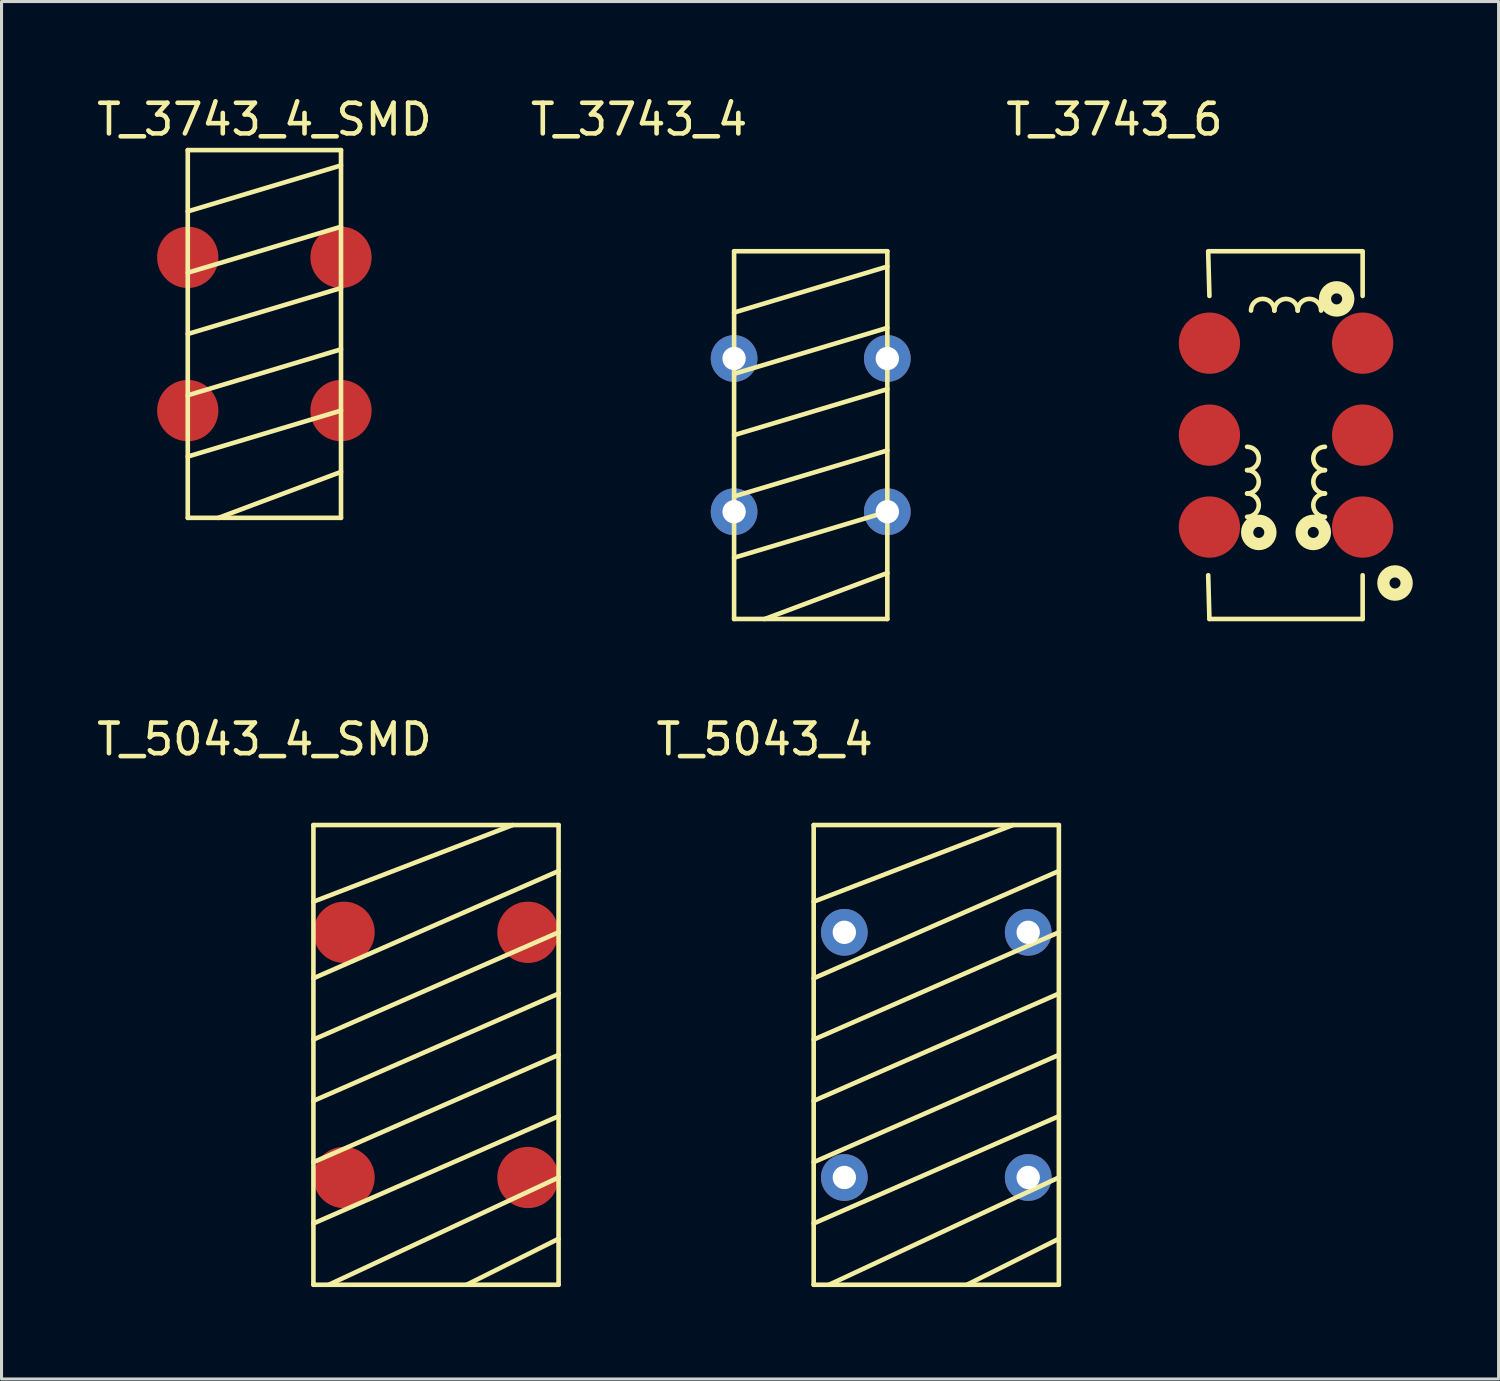
<source format=kicad_pcb>
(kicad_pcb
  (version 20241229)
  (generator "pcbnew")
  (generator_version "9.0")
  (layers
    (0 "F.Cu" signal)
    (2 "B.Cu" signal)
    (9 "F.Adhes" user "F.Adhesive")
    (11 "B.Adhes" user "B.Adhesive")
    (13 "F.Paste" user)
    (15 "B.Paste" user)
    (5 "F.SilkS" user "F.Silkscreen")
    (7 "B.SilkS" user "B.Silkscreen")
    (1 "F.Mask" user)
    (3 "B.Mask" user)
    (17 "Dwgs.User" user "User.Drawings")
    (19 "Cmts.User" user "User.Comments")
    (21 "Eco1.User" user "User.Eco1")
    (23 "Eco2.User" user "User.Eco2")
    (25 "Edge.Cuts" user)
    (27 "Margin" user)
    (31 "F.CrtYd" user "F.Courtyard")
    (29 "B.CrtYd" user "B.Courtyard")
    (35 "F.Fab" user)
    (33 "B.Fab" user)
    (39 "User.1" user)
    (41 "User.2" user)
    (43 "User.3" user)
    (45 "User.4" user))
  (footprint "T_5043_4_SMD"
    (layer "F.Cu")
    (at 11.177 31.372)
    (property "Reference" "T_5043_4_SMD" (at -5.6 -10.3 0) (layer "F.SilkS") (effects (font (size 1 1) (thickness 0.15))))
    (attr through_hole)
    (fp_line (start -4 -7.5) (end -4 7.5) (stroke (width 0.15) (type solid)) (layer "F.SilkS"))
    (fp_line (start -4 -5) (end 2.5 -7.5) (stroke (width 0.15) (type solid)) (layer "F.SilkS"))
    (fp_line (start -4 -2.5) (end 4 -6) (stroke (width 0.15) (type solid)) (layer "F.SilkS"))
    (fp_line (start -4 -0.5) (end 4 -4) (stroke (width 0.15) (type solid)) (layer "F.SilkS"))
    (fp_line (start -4 1.5) (end 4 -2) (stroke (width 0.15) (type solid)) (layer "F.SilkS"))
    (fp_line (start -4 3.5) (end 4 0) (stroke (width 0.15) (type solid)) (layer "F.SilkS"))
    (fp_line (start -4 5.5) (end 4 2) (stroke (width 0.15) (type solid)) (layer "F.SilkS"))
    (fp_line (start -4 7.5) (end 4 7.5) (stroke (width 0.15) (type solid)) (layer "F.SilkS"))
    (fp_line (start 4 -7.5) (end -4 -7.5) (stroke (width 0.15) (type solid)) (layer "F.SilkS"))
    (fp_line (start 4 4) (end -3.5 7.5) (stroke (width 0.15) (type solid)) (layer "F.SilkS"))
    (fp_line (start 4 6) (end 1 7.5) (stroke (width 0.15) (type solid)) (layer "F.SilkS"))
    (fp_line (start 4 7.5) (end 4 -7.5) (stroke (width 0.15) (type solid)) (layer "F.SilkS"))
    (pad "1" smd circle (at 3 4) (size 2 2) (layers "F.Cu" "F.Mask" "F.Paste"))
    (pad "2" smd circle (at -3 4) (size 2 2) (layers "F.Cu" "F.Mask" "F.Paste"))
    (pad "3" smd circle (at 3 -4) (size 2 2) (layers "F.Cu" "F.Mask" "F.Paste"))
    (pad "4" smd circle (at -3 -4) (size 2 2) (layers "F.Cu" "F.Mask" "F.Paste")))
  (footprint "T_3743_6"
    (layer "F.Cu")
    (at 38.914 11.148)
    (property "Reference" "T_3743_6" (at -5.6 -10.3 0) (layer "F.SilkS") (effects (font (size 1 1) (thickness 0.15))))
    (attr through_hole)
    (fp_line (start -2.54 -5.969) (end -2.5 -4.541) (stroke (width 0.15) (type solid)) (layer "F.SilkS"))
    (fp_line (start -2.54 4.572) (end -2.5 6) (stroke (width 0.15) (type solid)) (layer "F.SilkS"))
    (fp_line (start -2.5 6) (end 2.5 6) (stroke (width 0.15) (type solid)) (layer "F.SilkS"))
    (fp_line (start 2.5 -6) (end -2.54 -6) (stroke (width 0.15) (type solid)) (layer "F.SilkS"))
    (fp_line (start 2.5 -4.541) (end 2.5 -5.969) (stroke (width 0.15) (type solid)) (layer "F.SilkS"))
    (fp_line (start 2.5 6) (end 2.5 4.572) (stroke (width 0.15) (type solid)) (layer "F.SilkS"))
    (fp_arc (start -1.27 0.381) (mid -0.889 0.762) (end -1.27 1.143) (stroke (width 0.15) (type solid)) (layer "F.SilkS"))
    (fp_arc (start -1.27 1.143) (mid -0.889 1.524) (end -1.27 1.905) (stroke (width 0.15) (type solid)) (layer "F.SilkS"))
    (fp_arc (start -1.27 1.905) (mid -0.889 2.286) (end -1.27 2.667) (stroke (width 0.15) (type solid)) (layer "F.SilkS"))
    (fp_arc (start -1.143 -4.064) (mid -0.762 -4.445) (end -0.381 -4.064) (stroke (width 0.15) (type solid)) (layer "F.SilkS"))
    (fp_arc (start -0.381 -4.064) (mid 0 -4.445) (end 0.381 -4.064) (stroke (width 0.15) (type solid)) (layer "F.SilkS"))
    (fp_arc (start 0.381 -4.064) (mid 0.762 -4.445) (end 1.143 -4.064) (stroke (width 0.15) (type solid)) (layer "F.SilkS"))
    (fp_arc (start 1.27 1.143) (mid 0.889 0.762) (end 1.27 0.381) (stroke (width 0.15) (type solid)) (layer "F.SilkS"))
    (fp_arc (start 1.27 1.905) (mid 0.889 1.524) (end 1.27 1.143) (stroke (width 0.15) (type solid)) (layer "F.SilkS"))
    (fp_arc (start 1.27 2.667) (mid 0.889 2.286) (end 1.27 1.905) (stroke (width 0.15) (type solid)) (layer "F.SilkS"))
    (fp_circle (center -0.889 3.175) (end -1.069 3.175) (stroke (width 0.4) (type solid)) (fill no) (layer "F.SilkS"))
    (fp_circle (center 0.889 3.175) (end 1.069 3.175) (stroke (width 0.4) (type solid)) (fill no) (layer "F.SilkS"))
    (fp_circle (center 1.651 -4.445) (end 1.651 -4.265) (stroke (width 0.4) (type solid)) (fill no) (layer "F.SilkS"))
    (fp_circle (center 3.556 4.826) (end 3.736 4.826) (stroke (width 0.4) (type solid)) (fill no) (layer "F.SilkS"))
    (pad "1" smd circle (at 2.5 3) (size 2 2) (layers "F.Cu" "F.Mask" "F.Paste"))
    (pad "2" smd circle (at 2.5 0) (size 2 2) (layers "F.Cu" "F.Mask" "F.Paste"))
    (pad "3" smd circle (at -2.5 3) (size 2 2) (layers "F.Cu" "F.Mask" "F.Paste"))
    (pad "4" smd circle (at -2.5 0) (size 2 2) (layers "F.Cu" "F.Mask" "F.Paste"))
    (pad "5" smd circle (at 2.5 -3) (size 2 2) (layers "F.Cu" "F.Mask" "F.Paste"))
    (pad "6" smd circle (at -2.5 -3) (size 2 2) (layers "F.Cu" "F.Mask" "F.Paste")))
  (footprint "T_3743_4"
    (layer "F.Cu")
    (at 23.404 11.148)
    (property "Reference" "T_3743_4" (at -5.6 -10.3 0) (layer "F.SilkS") (effects (font (size 1 1) (thickness 0.15))))
    (attr through_hole)
    (fp_line (start -2.5 -6) (end -2.5 6) (stroke (width 0.15) (type solid)) (layer "F.SilkS"))
    (fp_line (start -2.5 -4) (end 2.5 -5.5) (stroke (width 0.15) (type solid)) (layer "F.SilkS"))
    (fp_line (start -2.5 -2) (end 2.5 -3.5) (stroke (width 0.15) (type solid)) (layer "F.SilkS"))
    (fp_line (start -2.5 0) (end 2.5 -1.5) (stroke (width 0.15) (type solid)) (layer "F.SilkS"))
    (fp_line (start -2.5 2) (end 2.5 0.5) (stroke (width 0.15) (type solid)) (layer "F.SilkS"))
    (fp_line (start -2.5 4) (end 2.5 2.5) (stroke (width 0.15) (type solid)) (layer "F.SilkS"))
    (fp_line (start -2.5 6) (end 2.5 6) (stroke (width 0.15) (type solid)) (layer "F.SilkS"))
    (fp_line (start 2.5 -6) (end -2.5 -6) (stroke (width 0.15) (type solid)) (layer "F.SilkS"))
    (fp_line (start 2.5 4.5) (end -1.5 6) (stroke (width 0.15) (type solid)) (layer "F.SilkS"))
    (fp_line (start 2.5 6) (end 2.5 -6) (stroke (width 0.15) (type solid)) (layer "F.SilkS"))
    (pad "1" thru_hole circle (at 2.5 2.5) (size 1.524 1.524) (drill 0.762) (layers "*.Cu" "*.Mask"))
    (pad "2" thru_hole circle (at -2.5 2.5) (size 1.524 1.524) (drill 0.762) (layers "*.Cu" "*.Mask"))
    (pad "3" thru_hole circle (at 2.5 -2.5) (size 1.524 1.524) (drill 0.762) (layers "*.Cu" "*.Mask"))
    (pad "4" thru_hole circle (at -2.5 -2.5) (size 1.524 1.524) (drill 0.762) (layers "*.Cu" "*.Mask")))
  (footprint "T_5043_4"
    (layer "F.Cu")
    (at 27.501 31.372)
    (property "Reference" "T_5043_4" (at -5.6 -10.3 0) (layer "F.SilkS") (effects (font (size 1 1) (thickness 0.15))))
    (attr through_hole)
    (fp_line (start -4 -7.5) (end -4 7.5) (stroke (width 0.15) (type solid)) (layer "F.SilkS"))
    (fp_line (start -4 -5) (end 2.5 -7.5) (stroke (width 0.15) (type solid)) (layer "F.SilkS"))
    (fp_line (start -4 -2.5) (end 4 -6) (stroke (width 0.15) (type solid)) (layer "F.SilkS"))
    (fp_line (start -4 -0.5) (end 4 -4) (stroke (width 0.15) (type solid)) (layer "F.SilkS"))
    (fp_line (start -4 1.5) (end 4 -2) (stroke (width 0.15) (type solid)) (layer "F.SilkS"))
    (fp_line (start -4 3.5) (end 4 0) (stroke (width 0.15) (type solid)) (layer "F.SilkS"))
    (fp_line (start -4 5.5) (end 4 2) (stroke (width 0.15) (type solid)) (layer "F.SilkS"))
    (fp_line (start -4 7.5) (end 4 7.5) (stroke (width 0.15) (type solid)) (layer "F.SilkS"))
    (fp_line (start 4 -7.5) (end -4 -7.5) (stroke (width 0.15) (type solid)) (layer "F.SilkS"))
    (fp_line (start 4 4) (end -3.5 7.5) (stroke (width 0.15) (type solid)) (layer "F.SilkS"))
    (fp_line (start 4 6) (end 1 7.5) (stroke (width 0.15) (type solid)) (layer "F.SilkS"))
    (fp_line (start 4 7.5) (end 4 -7.5) (stroke (width 0.15) (type solid)) (layer "F.SilkS"))
    (pad "1" thru_hole circle (at 3 4) (size 1.524 1.524) (drill 0.762) (layers "*.Cu" "*.Mask"))
    (pad "2" thru_hole circle (at -3 4) (size 1.524 1.524) (drill 0.762) (layers "*.Cu" "*.Mask"))
    (pad "3" thru_hole circle (at 3 -4) (size 1.524 1.524) (drill 0.762) (layers "*.Cu" "*.Mask"))
    (pad "4" thru_hole circle (at -3 -4) (size 1.524 1.524) (drill 0.762) (layers "*.Cu" "*.Mask")))
  (footprint "T_3743_4_SMD"
    (layer "F.Cu")
    (at 5.577 7.848)
    (property "Reference" "T_3743_4_SMD" (at 0 -7 0) (layer "F.SilkS") (effects (font (size 1 1) (thickness 0.15))))
    (attr through_hole)
    (fp_line (start -2.5 -6) (end -2.5 6) (stroke (width 0.15) (type solid)) (layer "F.SilkS"))
    (fp_line (start -2.5 -4) (end 2.5 -5.5) (stroke (width 0.15) (type solid)) (layer "F.SilkS"))
    (fp_line (start -2.5 -2) (end 2.5 -3.5) (stroke (width 0.15) (type solid)) (layer "F.SilkS"))
    (fp_line (start -2.5 0) (end 2.5 -1.5) (stroke (width 0.15) (type solid)) (layer "F.SilkS"))
    (fp_line (start -2.5 2) (end 2.5 0.5) (stroke (width 0.15) (type solid)) (layer "F.SilkS"))
    (fp_line (start -2.5 4) (end 2.5 2.5) (stroke (width 0.15) (type solid)) (layer "F.SilkS"))
    (fp_line (start -2.5 6) (end 2.5 6) (stroke (width 0.15) (type solid)) (layer "F.SilkS"))
    (fp_line (start 2.5 -6) (end -2.5 -6) (stroke (width 0.15) (type solid)) (layer "F.SilkS"))
    (fp_line (start 2.5 4.5) (end -1.5 6) (stroke (width 0.15) (type solid)) (layer "F.SilkS"))
    (fp_line (start 2.5 6) (end 2.5 -6) (stroke (width 0.15) (type solid)) (layer "F.SilkS"))
    (pad "1" smd circle (at 2.5 2.5) (size 2 2) (layers "F.Cu" "F.Mask" "F.Paste"))
    (pad "2" smd circle (at -2.5 2.5) (size 2 2) (layers "F.Cu" "F.Mask" "F.Paste"))
    (pad "3" smd circle (at 2.5 -2.5) (size 2 2) (layers "F.Cu" "F.Mask" "F.Paste"))
    (pad "4" smd circle (at -2.5 -2.5) (size 2 2) (layers "F.Cu" "F.Mask" "F.Paste")))
  (gr_rect
    (start -3 -3)
    (end 45.85 41.947)
    (stroke (width 0.1) (type default))
    (fill no)
    (layer "Edge.Cuts")))
</source>
